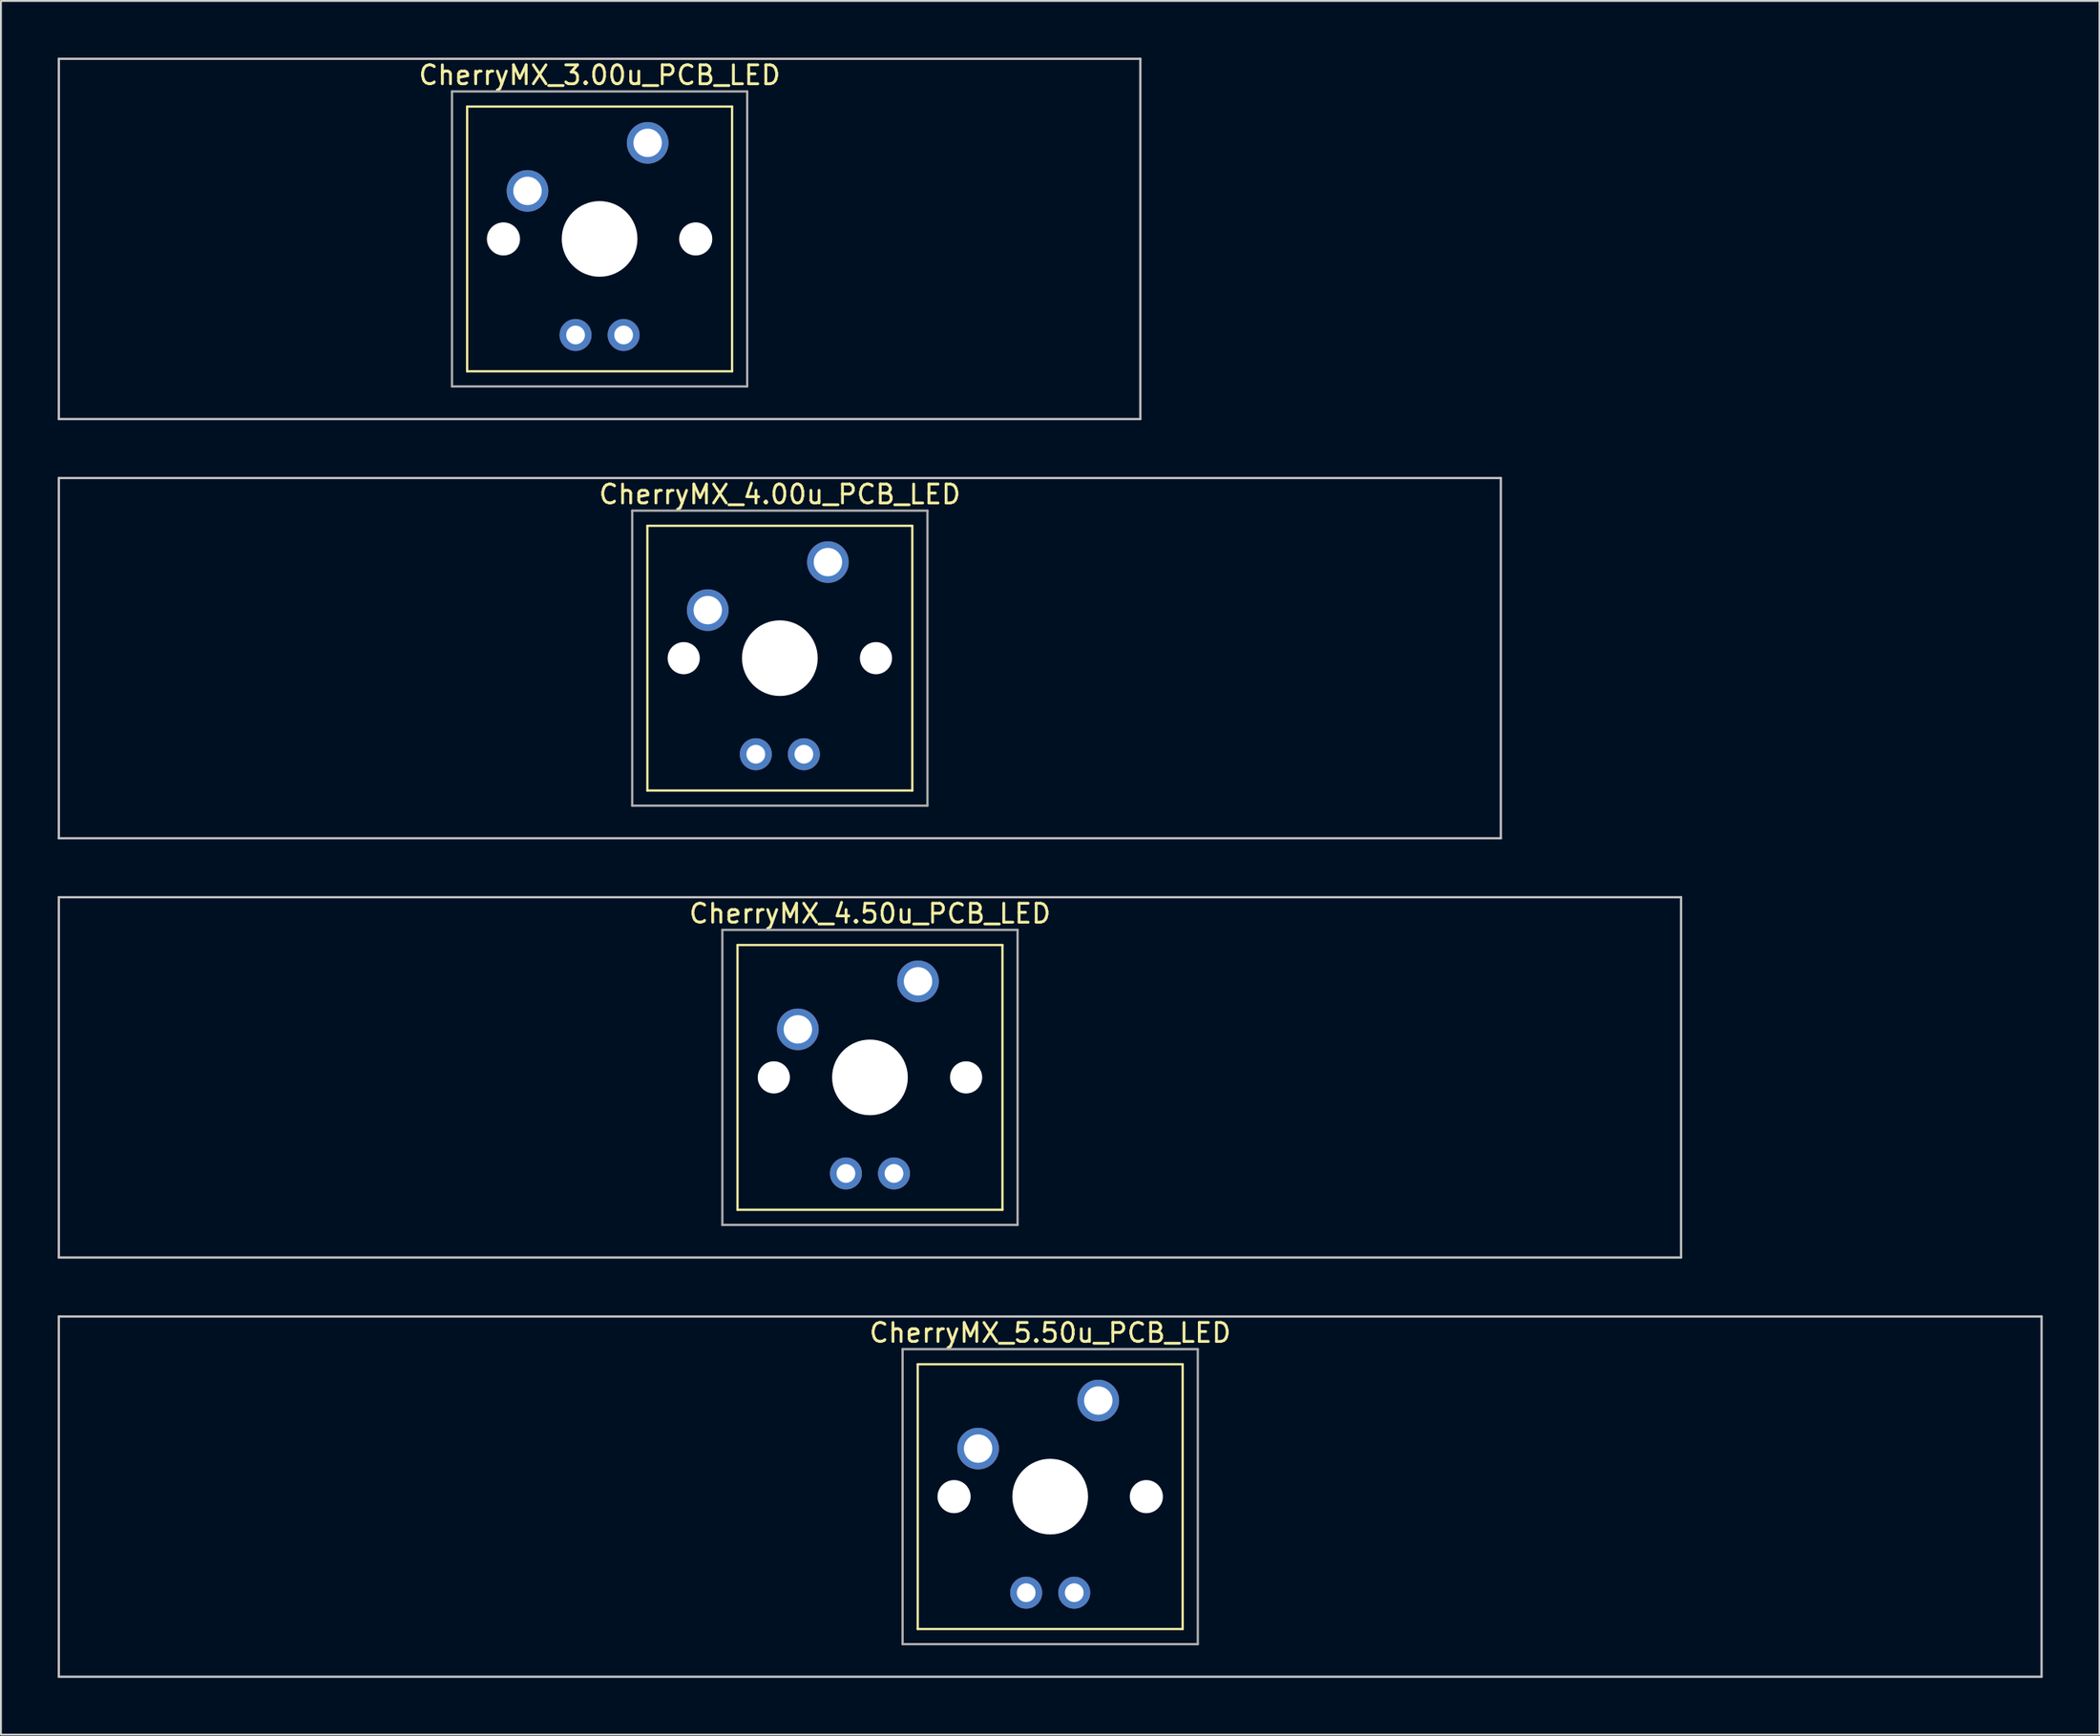
<source format=kicad_pcb>
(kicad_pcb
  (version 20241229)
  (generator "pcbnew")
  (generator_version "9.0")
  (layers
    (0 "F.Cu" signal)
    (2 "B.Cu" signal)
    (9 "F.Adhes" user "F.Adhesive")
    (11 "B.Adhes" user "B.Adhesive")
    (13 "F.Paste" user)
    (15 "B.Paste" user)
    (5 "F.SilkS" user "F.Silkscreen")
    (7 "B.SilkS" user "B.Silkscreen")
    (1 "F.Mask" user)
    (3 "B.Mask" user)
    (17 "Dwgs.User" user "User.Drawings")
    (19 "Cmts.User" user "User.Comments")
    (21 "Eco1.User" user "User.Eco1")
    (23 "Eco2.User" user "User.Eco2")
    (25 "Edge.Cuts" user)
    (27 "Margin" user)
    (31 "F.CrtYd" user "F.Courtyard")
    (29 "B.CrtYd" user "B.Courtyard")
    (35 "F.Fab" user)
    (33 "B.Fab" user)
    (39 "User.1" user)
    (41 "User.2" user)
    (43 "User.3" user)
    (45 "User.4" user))
  (footprint "CherryMX_3.00u_PCB_LED"
    (layer "F.Cu")
    (at 28.635 9.585)
    (property "Reference" "CherryMX_3.00u_PCB_LED" (at 0 -8.662 0) (layer "F.SilkS") (effects (font (size 1 1) (thickness 0.15))))
    (attr through_hole)
    (fp_line (start -7 -7) (end -7 7) (stroke (width 0.12) (type solid)) (layer "F.SilkS"))
    (fp_line (start -7 -7) (end 7 -7) (stroke (width 0.12) (type solid)) (layer "F.SilkS"))
    (fp_line (start 7 -7) (end 7 7) (stroke (width 0.12) (type solid)) (layer "F.SilkS"))
    (fp_line (start 7 7) (end -7 7) (stroke (width 0.12) (type solid)) (layer "F.SilkS"))
    (fp_line (start -28.575 -9.525) (end 28.575 -9.525) (stroke (width 0.12) (type solid)) (layer "Dwgs.User"))
    (fp_line (start -28.575 9.525) (end -28.575 -9.525) (stroke (width 0.12) (type solid)) (layer "Dwgs.User"))
    (fp_line (start 28.575 -9.525) (end 28.575 9.525) (stroke (width 0.12) (type solid)) (layer "Dwgs.User"))
    (fp_line (start 28.575 9.525) (end -28.575 9.525) (stroke (width 0.12) (type solid)) (layer "Dwgs.User"))
    (fp_line (start -7.8 -7.8) (end -7.8 7.8) (stroke (width 0.12) (type solid)) (layer "F.Fab"))
    (fp_line (start -7.8 -7.8) (end 7.8 -7.8) (stroke (width 0.12) (type solid)) (layer "F.Fab"))
    (fp_line (start -7.8 7.8) (end 7.8 7.8) (stroke (width 0.12) (type solid)) (layer "F.Fab"))
    (fp_line (start 7.8 -7.8) (end 7.8 7.8) (stroke (width 0.12) (type solid)) (layer "F.Fab"))
    (pad "" np_thru_hole circle (at -5.08 0) (size 1.75 1.75) (drill 1.75) (layers "*.Cu" "*.Mask"))
    (pad "" np_thru_hole circle (at 0 0) (size 4 4) (drill 4) (layers "*.Cu" "*.Mask"))
    (pad "" np_thru_hole circle (at 5.08 0) (size 1.75 1.75) (drill 1.75) (layers "*.Cu" "*.Mask"))
    (pad "1" thru_hole circle (at -3.81 -2.54) (size 2.2 2.2) (drill 1.5) (layers "*.Cu" "*.Mask"))
    (pad "2" thru_hole circle (at 2.54 -5.08) (size 2.2 2.2) (drill 1.5) (layers "*.Cu" "*.Mask"))
    (pad "3" thru_hole circle (at -1.27 5.08) (size 1.691 1.691) (drill 0.991) (layers "*.Cu" "*.Mask"))
    (pad "4" thru_hole circle (at 1.27 5.08) (size 1.691 1.691) (drill 0.991) (layers "*.Cu" "*.Mask")))
  (footprint "CherryMX_4.50u_PCB_LED"
    (layer "F.Cu")
    (at 42.922 53.925)
    (property "Reference" "CherryMX_4.50u_PCB_LED" (at 0 -8.662 0) (layer "F.SilkS") (effects (font (size 1 1) (thickness 0.15))))
    (attr through_hole)
    (fp_line (start -7 -7) (end -7 7) (stroke (width 0.12) (type solid)) (layer "F.SilkS"))
    (fp_line (start -7 -7) (end 7 -7) (stroke (width 0.12) (type solid)) (layer "F.SilkS"))
    (fp_line (start 7 -7) (end 7 7) (stroke (width 0.12) (type solid)) (layer "F.SilkS"))
    (fp_line (start 7 7) (end -7 7) (stroke (width 0.12) (type solid)) (layer "F.SilkS"))
    (fp_line (start -42.862 -9.525) (end 42.862 -9.525) (stroke (width 0.12) (type solid)) (layer "Dwgs.User"))
    (fp_line (start -42.862 9.525) (end -42.862 -9.525) (stroke (width 0.12) (type solid)) (layer "Dwgs.User"))
    (fp_line (start 42.862 -9.525) (end 42.862 9.525) (stroke (width 0.12) (type solid)) (layer "Dwgs.User"))
    (fp_line (start 42.862 9.525) (end -42.862 9.525) (stroke (width 0.12) (type solid)) (layer "Dwgs.User"))
    (fp_line (start -7.8 -7.8) (end -7.8 7.8) (stroke (width 0.12) (type solid)) (layer "F.Fab"))
    (fp_line (start -7.8 -7.8) (end 7.8 -7.8) (stroke (width 0.12) (type solid)) (layer "F.Fab"))
    (fp_line (start -7.8 7.8) (end 7.8 7.8) (stroke (width 0.12) (type solid)) (layer "F.Fab"))
    (fp_line (start 7.8 -7.8) (end 7.8 7.8) (stroke (width 0.12) (type solid)) (layer "F.Fab"))
    (pad "" np_thru_hole circle (at -5.08 0) (size 1.7 1.7) (drill 1.7) (layers "*.Cu" "*.Mask"))
    (pad "" np_thru_hole circle (at 0 0) (size 4 4) (drill 4) (layers "*.Cu" "*.Mask"))
    (pad "" np_thru_hole circle (at 5.08 0) (size 1.7 1.7) (drill 1.7) (layers "*.Cu" "*.Mask"))
    (pad "1" thru_hole circle (at -3.81 -2.54) (size 2.2 2.2) (drill 1.5) (layers "*.Cu" "*.Mask"))
    (pad "2" thru_hole circle (at 2.54 -5.08) (size 2.2 2.2) (drill 1.5) (layers "*.Cu" "*.Mask"))
    (pad "3" thru_hole circle (at -1.27 5.08) (size 1.691 1.691) (drill 0.991) (layers "*.Cu" "*.Mask"))
    (pad "4" thru_hole circle (at 1.27 5.08) (size 1.691 1.691) (drill 0.991) (layers "*.Cu" "*.Mask")))
  (footprint "CherryMX_5.50u_PCB_LED"
    (layer "F.Cu")
    (at 52.447 76.095)
    (property "Reference" "CherryMX_5.50u_PCB_LED" (at 0 -8.662 0) (layer "F.SilkS") (effects (font (size 1 1) (thickness 0.15))))
    (attr through_hole)
    (fp_line (start -7 -7) (end -7 7) (stroke (width 0.12) (type solid)) (layer "F.SilkS"))
    (fp_line (start -7 -7) (end 7 -7) (stroke (width 0.12) (type solid)) (layer "F.SilkS"))
    (fp_line (start 7 -7) (end 7 7) (stroke (width 0.12) (type solid)) (layer "F.SilkS"))
    (fp_line (start 7 7) (end -7 7) (stroke (width 0.12) (type solid)) (layer "F.SilkS"))
    (fp_line (start -52.388 -9.525) (end 52.388 -9.525) (stroke (width 0.12) (type solid)) (layer "Dwgs.User"))
    (fp_line (start -52.388 9.525) (end -52.388 -9.525) (stroke (width 0.12) (type solid)) (layer "Dwgs.User"))
    (fp_line (start 52.388 -9.525) (end 52.388 9.525) (stroke (width 0.12) (type solid)) (layer "Dwgs.User"))
    (fp_line (start 52.388 9.525) (end -52.388 9.525) (stroke (width 0.12) (type solid)) (layer "Dwgs.User"))
    (fp_line (start -7.8 -7.8) (end -7.8 7.8) (stroke (width 0.12) (type solid)) (layer "F.Fab"))
    (fp_line (start -7.8 -7.8) (end 7.8 -7.8) (stroke (width 0.12) (type solid)) (layer "F.Fab"))
    (fp_line (start -7.8 7.8) (end 7.8 7.8) (stroke (width 0.12) (type solid)) (layer "F.Fab"))
    (fp_line (start 7.8 -7.8) (end 7.8 7.8) (stroke (width 0.12) (type solid)) (layer "F.Fab"))
    (pad "" np_thru_hole circle (at -5.08 0) (size 1.75 1.75) (drill 1.75) (layers "*.Cu" "*.Mask"))
    (pad "" np_thru_hole circle (at 0 0) (size 4 4) (drill 4) (layers "*.Cu" "*.Mask"))
    (pad "" np_thru_hole circle (at 5.08 0) (size 1.75 1.75) (drill 1.75) (layers "*.Cu" "*.Mask"))
    (pad "1" thru_hole circle (at -3.81 -2.54) (size 2.2 2.2) (drill 1.5) (layers "*.Cu" "*.Mask"))
    (pad "2" thru_hole circle (at 2.54 -5.08) (size 2.2 2.2) (drill 1.5) (layers "*.Cu" "*.Mask"))
    (pad "3" thru_hole circle (at -1.27 5.08) (size 1.691 1.691) (drill 0.991) (layers "*.Cu" "*.Mask"))
    (pad "4" thru_hole circle (at 1.27 5.08) (size 1.691 1.691) (drill 0.991) (layers "*.Cu" "*.Mask")))
  (footprint "CherryMX_4.00u_PCB_LED"
    (layer "F.Cu")
    (at 38.16 31.755)
    (property "Reference" "CherryMX_4.00u_PCB_LED" (at 0 -8.662 0) (layer "F.SilkS") (effects (font (size 1 1) (thickness 0.15))))
    (attr through_hole)
    (fp_line (start -7 -7) (end -7 7) (stroke (width 0.12) (type solid)) (layer "F.SilkS"))
    (fp_line (start -7 -7) (end 7 -7) (stroke (width 0.12) (type solid)) (layer "F.SilkS"))
    (fp_line (start 7 -7) (end 7 7) (stroke (width 0.12) (type solid)) (layer "F.SilkS"))
    (fp_line (start 7 7) (end -7 7) (stroke (width 0.12) (type solid)) (layer "F.SilkS"))
    (fp_line (start -38.1 -9.525) (end 38.1 -9.525) (stroke (width 0.12) (type solid)) (layer "Dwgs.User"))
    (fp_line (start -38.1 9.525) (end -38.1 -9.525) (stroke (width 0.12) (type solid)) (layer "Dwgs.User"))
    (fp_line (start 38.1 -9.525) (end 38.1 9.525) (stroke (width 0.12) (type solid)) (layer "Dwgs.User"))
    (fp_line (start 38.1 9.525) (end -38.1 9.525) (stroke (width 0.12) (type solid)) (layer "Dwgs.User"))
    (fp_line (start -7.8 -7.8) (end -7.8 7.8) (stroke (width 0.12) (type solid)) (layer "F.Fab"))
    (fp_line (start -7.8 -7.8) (end 7.8 -7.8) (stroke (width 0.12) (type solid)) (layer "F.Fab"))
    (fp_line (start -7.8 7.8) (end 7.8 7.8) (stroke (width 0.12) (type solid)) (layer "F.Fab"))
    (fp_line (start 7.8 -7.8) (end 7.8 7.8) (stroke (width 0.12) (type solid)) (layer "F.Fab"))
    (pad "" np_thru_hole circle (at -5.08 0) (size 1.7 1.7) (drill 1.7) (layers "*.Cu" "*.Mask"))
    (pad "" np_thru_hole circle (at 0 0) (size 4 4) (drill 4) (layers "*.Cu" "*.Mask"))
    (pad "" np_thru_hole circle (at 5.08 0) (size 1.7 1.7) (drill 1.7) (layers "*.Cu" "*.Mask"))
    (pad "1" thru_hole circle (at -3.81 -2.54) (size 2.2 2.2) (drill 1.5) (layers "*.Cu" "*.Mask"))
    (pad "2" thru_hole circle (at 2.54 -5.08) (size 2.2 2.2) (drill 1.5) (layers "*.Cu" "*.Mask"))
    (pad "3" thru_hole circle (at -1.27 5.08) (size 1.691 1.691) (drill 0.991) (layers "*.Cu" "*.Mask"))
    (pad "4" thru_hole circle (at 1.27 5.08) (size 1.691 1.691) (drill 0.991) (layers "*.Cu" "*.Mask")))
  (gr_rect
    (start -3 -3)
    (end 107.895 88.68)
    (stroke (width 0.1) (type default))
    (fill no)
    (layer "Edge.Cuts")))
</source>
